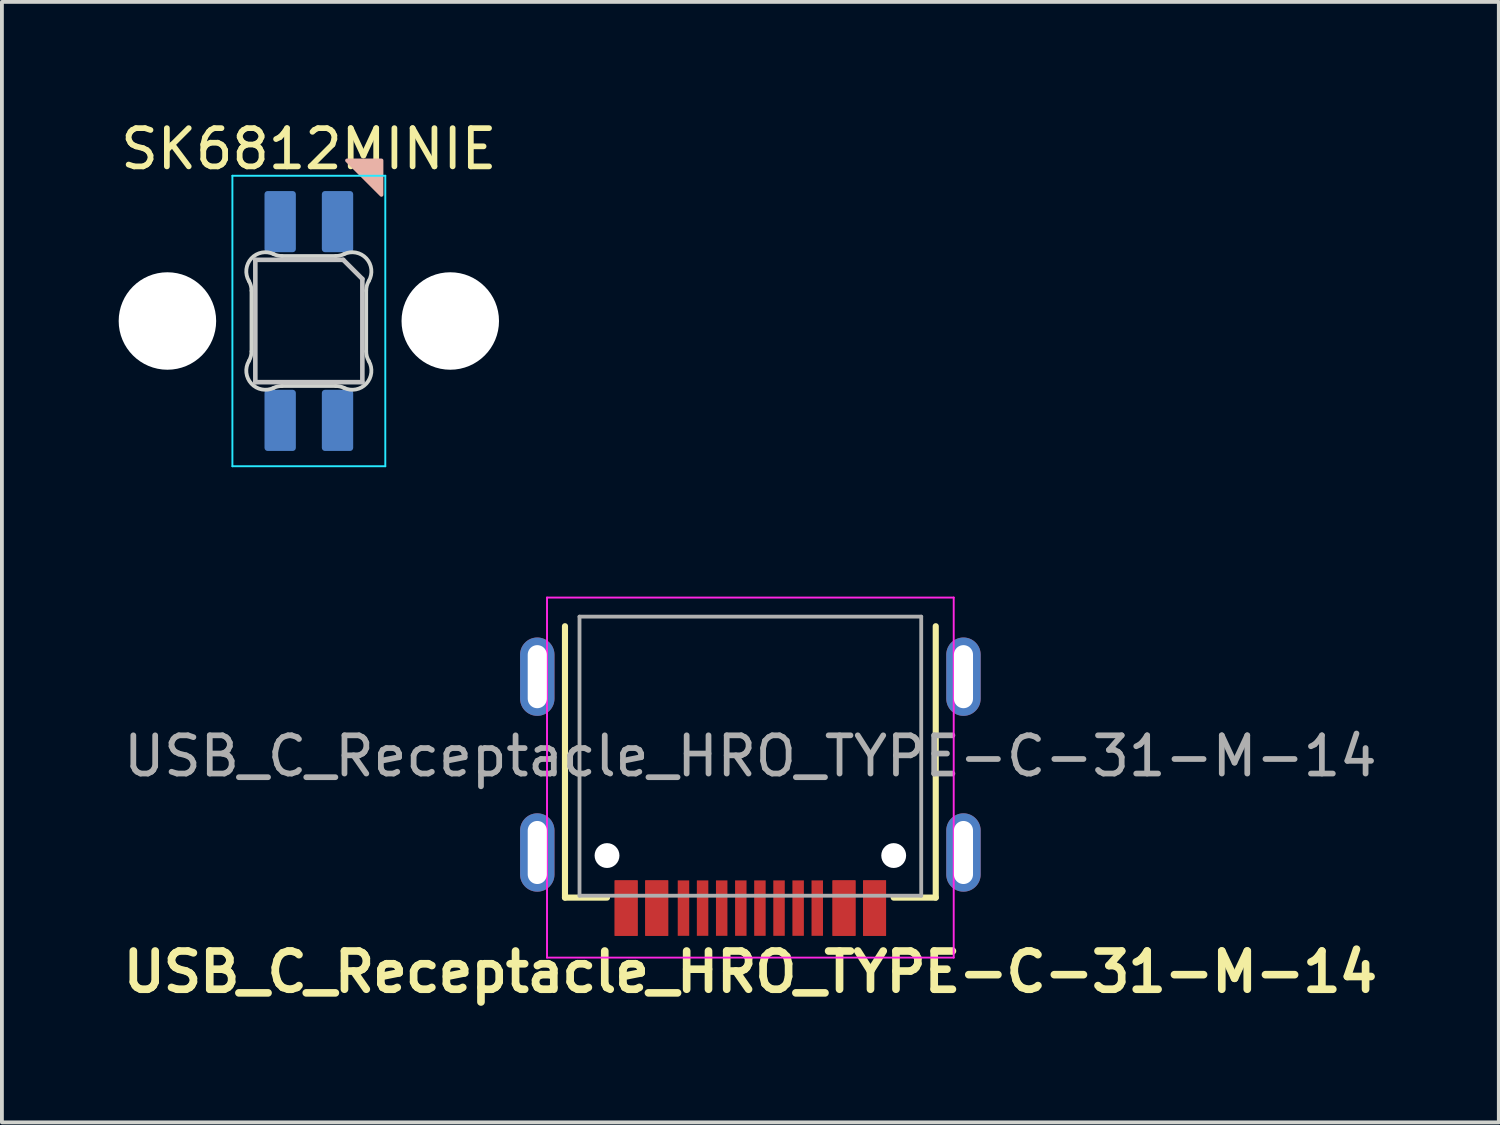
<source format=kicad_pcb>
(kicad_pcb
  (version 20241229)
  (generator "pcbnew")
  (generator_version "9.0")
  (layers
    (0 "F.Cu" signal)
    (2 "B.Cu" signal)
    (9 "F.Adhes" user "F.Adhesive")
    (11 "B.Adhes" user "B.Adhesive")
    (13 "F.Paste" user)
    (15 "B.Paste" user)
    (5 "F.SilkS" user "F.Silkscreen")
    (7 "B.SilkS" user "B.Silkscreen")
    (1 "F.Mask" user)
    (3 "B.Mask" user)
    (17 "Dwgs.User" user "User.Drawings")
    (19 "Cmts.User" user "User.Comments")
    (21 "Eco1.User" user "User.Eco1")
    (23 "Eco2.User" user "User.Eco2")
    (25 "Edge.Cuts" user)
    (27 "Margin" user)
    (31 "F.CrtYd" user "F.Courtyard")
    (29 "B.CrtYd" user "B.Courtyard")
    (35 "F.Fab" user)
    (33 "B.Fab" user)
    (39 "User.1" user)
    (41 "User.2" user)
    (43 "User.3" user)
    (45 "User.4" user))
  (footprint "SK6812MINIE"
    (layer "F.Cu")
    (at 5.03 5.348)
    (property "Reference" "SK6812MINIE" (at 0 -4.5 180) (layer "F.SilkS") (effects (font (size 1 1) (thickness 0.15))))
    (attr smd)
    (fp_poly (pts (xy 1 -4.2) (xy 1.9 -3.3) (xy 1.9 -4.2)) (stroke (width 0.1) (type solid)) (fill yes) (layer "B.SilkS"))
    (fp_line (start -1.4 -1.6) (end -1.4 1.6) (stroke (width 0.12) (type solid)) (layer "Dwgs.User"))
    (fp_line (start -1.4 1.6) (end 1.4 1.6) (stroke (width 0.12) (type solid)) (layer "Dwgs.User"))
    (fp_line (start 0.9 -1.6) (end -1.4 -1.6) (stroke (width 0.12) (type solid)) (layer "Dwgs.User"))
    (fp_line (start 0.9 -1.6) (end 1.4 -1.1) (stroke (width 0.12) (type solid)) (layer "Dwgs.User"))
    (fp_line (start 1.4 1.6) (end 1.4 -1.1) (stroke (width 0.12) (type solid)) (layer "Dwgs.User"))
    (fp_line (start -1.5 0.794) (end -1.5 -0.794) (stroke (width 0.1) (type solid)) (layer "Edge.Cuts"))
    (fp_line (start -0.703 -1.7) (end 0.703 -1.7) (stroke (width 0.1) (type solid)) (layer "Edge.Cuts"))
    (fp_line (start 0.703 1.7) (end -0.703 1.7) (stroke (width 0.1) (type solid)) (layer "Edge.Cuts"))
    (fp_line (start 1.5 -0.794) (end 1.5 0.794) (stroke (width 0.1) (type solid)) (layer "Edge.Cuts"))
    (fp_arc (start -1.568298 -1.046711) (mid -1.517376 -0.925123) (end -1.499999 -0.794453) (stroke (width 0.1) (type solid)) (layer "Edge.Cuts"))
    (fp_arc (start -1.568298 -1.046711) (mid -1.504034 -1.638071) (end -0.91972 -1.749484) (stroke (width 0.1) (type solid)) (layer "Edge.Cuts"))
    (fp_arc (start -1.5 0.794453) (mid -1.517377 0.925123) (end -1.568299 1.046711) (stroke (width 0.1) (type solid)) (layer "Edge.Cuts"))
    (fp_arc (start -0.91972 1.749484) (mid -1.504035 1.638071) (end -1.568299 1.046711) (stroke (width 0.1) (type solid)) (layer "Edge.Cuts"))
    (fp_arc (start -0.91972 1.749484) (mid -0.814068 1.712527) (end -0.702842 1.699999) (stroke (width 0.1) (type solid)) (layer "Edge.Cuts"))
    (fp_arc (start -0.702843 -1.699999) (mid -0.814068 -1.712527) (end -0.91972 -1.749484) (stroke (width 0.1) (type solid)) (layer "Edge.Cuts"))
    (fp_arc (start 0.702843 1.699999) (mid 0.814068 1.712527) (end 0.91972 1.749484) (stroke (width 0.1) (type solid)) (layer "Edge.Cuts"))
    (fp_arc (start 0.919719 -1.749484) (mid 1.504035 -1.638072) (end 1.568299 -1.046711) (stroke (width 0.1) (type solid)) (layer "Edge.Cuts"))
    (fp_arc (start 0.91972 -1.749484) (mid 0.814068 -1.712527) (end 0.702842 -1.699999) (stroke (width 0.1) (type solid)) (layer "Edge.Cuts"))
    (fp_arc (start 1.5 -0.794452) (mid 1.517377 -0.925123) (end 1.568299 -1.046711) (stroke (width 0.1) (type solid)) (layer "Edge.Cuts"))
    (fp_arc (start 1.568297 1.046711) (mid 1.504034 1.63807) (end 0.91972 1.749484) (stroke (width 0.1) (type solid)) (layer "Edge.Cuts"))
    (fp_arc (start 1.568299 1.04671) (mid 1.517377 0.925122) (end 1.5 0.794452) (stroke (width 0.1) (type solid)) (layer "Edge.Cuts"))
    (fp_line (start -2 -3.8) (end -2 3.8) (stroke (width 0.05) (type solid)) (layer "B.CrtYd"))
    (fp_line (start -2 3.8) (end 2 3.8) (stroke (width 0.05) (type solid)) (layer "B.CrtYd"))
    (fp_line (start 2 -3.8) (end -2 -3.8) (stroke (width 0.05) (type solid)) (layer "B.CrtYd"))
    (fp_line (start 2 3.8) (end 2 -3.8) (stroke (width 0.05) (type solid)) (layer "B.CrtYd"))
    (pad "" np_thru_hole circle (at -3.7 0) (size 2.55 2.55) (drill 2.55) (layers "*.Cu" "*.Mask"))
    (pad "" np_thru_hole circle (at 3.7 0) (size 2.55 2.55) (drill 2.55) (layers "*.Cu" "*.Mask"))
    (pad "1" smd roundrect (at -0.75 2.6) (size 0.82 1.6) (layers "B.Cu" "B.Mask" "B.Paste") (roundrect_rratio 0.1))
    (pad "2" smd roundrect (at 0.75 2.6) (size 0.82 1.6) (layers "B.Cu" "B.Mask" "B.Paste") (roundrect_rratio 0.1))
    (pad "3" smd roundrect (at 0.75 -2.6) (size 0.82 1.6) (layers "B.Cu" "B.Mask" "B.Paste") (roundrect_rratio 0.1))
    (pad "4" smd roundrect (at -0.75 -2.6) (size 0.82 1.6) (layers "B.Cu" "B.Mask" "B.Paste") (roundrect_rratio 0.1)))
  (footprint "USB_C_Receptacle_HRO_TYPE-C-31-M-14"
    (layer "F.Cu")
    (at 16.581 12.423)
    (property "Reference" "USB_C_Receptacle_HRO_TYPE-C-31-M-14" (at 0 9.955 180) (layer "F.SilkS") (effects (font (size 1 1) (thickness 0.2))))
    (attr smd)
    (fp_line (start -4.85 8.01) (end -4.85 0.91) (stroke (width 0.16) (type solid)) (layer "F.SilkS"))
    (fp_line (start -4.85 8.01) (end -3.75 8.01) (stroke (width 0.16) (type solid)) (layer "F.SilkS"))
    (fp_line (start 4.85 8.01) (end 3.75 8.01) (stroke (width 0.16) (type solid)) (layer "F.SilkS"))
    (fp_line (start 4.85 8.01) (end 4.85 0.91) (stroke (width 0.16) (type solid)) (layer "F.SilkS"))
    (fp_line (start -6 0.48) (end -4.55 0.48) (stroke (width 0.05) (type solid)) (layer "Eco1.User"))
    (fp_line (start -4.55 0.48) (end -4.55 5.96) (stroke (width 0.05) (type solid)) (layer "Eco1.User"))
    (fp_line (start -4.55 5.96) (end -3.15 5.96) (stroke (width 0.05) (type solid)) (layer "Eco1.User"))
    (fp_line (start -3.15 6.56) (end -3.15 5.96) (stroke (width 0.05) (type solid)) (layer "Eco1.User"))
    (fp_line (start 3.15 5.96) (end 3.15 6.56) (stroke (width 0.05) (type solid)) (layer "Eco1.User"))
    (fp_line (start 3.15 6.56) (end -3.15 6.56) (stroke (width 0.05) (type solid)) (layer "Eco1.User"))
    (fp_line (start 4.55 0.48) (end 6 0.48) (stroke (width 0.05) (type solid)) (layer "Eco1.User"))
    (fp_line (start 4.55 5.96) (end 3.15 5.96) (stroke (width 0.05) (type solid)) (layer "Eco1.User"))
    (fp_line (start 4.55 5.96) (end 4.55 0.48) (stroke (width 0.05) (type solid)) (layer "Eco1.User"))
    (fp_line (start -5.32 9.58) (end -5.32 0.16) (stroke (width 0.05) (type solid)) (layer "F.CrtYd"))
    (fp_line (start 5.32 0.16) (end -5.32 0.16) (stroke (width 0.05) (type solid)) (layer "F.CrtYd"))
    (fp_line (start 5.32 9.58) (end -5.32 9.58) (stroke (width 0.05) (type solid)) (layer "F.CrtYd"))
    (fp_line (start 5.32 9.58) (end 5.32 0.16) (stroke (width 0.05) (type solid)) (layer "F.CrtYd"))
    (fp_line (start -4.47 7.96) (end -4.47 0.66) (stroke (width 0.1) (type solid)) (layer "F.Fab"))
    (fp_line (start 4.47 0.66) (end -4.47 0.66) (stroke (width 0.1) (type solid)) (layer "F.Fab"))
    (fp_line (start 4.47 7.96) (end -4.47 7.96) (stroke (width 0.1) (type solid)) (layer "F.Fab"))
    (fp_line (start 4.47 7.96) (end 4.47 0.66) (stroke (width 0.1) (type solid)) (layer "F.Fab"))
    (fp_text user "${REFERENCE}" (at 0 4.31 180) (layer "F.Fab") (effects (font (size 1 1) (thickness 0.15))))
    (pad "" np_thru_hole circle (at -3.75 6.91 180) (size 0.65 0.65) (drill 0.65) (layers "*.Cu" "*.Mask"))
    (pad "" np_thru_hole circle (at 3.75 6.91 180) (size 0.65 0.65) (drill 0.65) (layers "*.Cu" "*.Mask"))
    (pad "A1" smd rect (at 3.25 8.285 180) (size 0.6 1.45) (layers "F.Cu" "F.Mask" "F.Paste"))
    (pad "A4" smd rect (at 2.45 8.285 180) (size 0.6 1.45) (layers "F.Cu" "F.Mask" "F.Paste"))
    (pad "A5" smd rect (at 1.25 8.285 180) (size 0.3 1.45) (layers "F.Cu" "F.Mask" "F.Paste"))
    (pad "A6" smd rect (at 0.25 8.285 180) (size 0.3 1.45) (layers "F.Cu" "F.Mask" "F.Paste"))
    (pad "A7" smd rect (at -0.25 8.285 180) (size 0.3 1.45) (layers "F.Cu" "F.Mask" "F.Paste"))
    (pad "A8" smd rect (at -1.25 8.285 180) (size 0.3 1.45) (layers "F.Cu" "F.Mask" "F.Paste"))
    (pad "A9" smd rect (at -2.45 8.285 180) (size 0.6 1.45) (layers "F.Cu" "F.Mask" "F.Paste"))
    (pad "A12" smd rect (at -3.25 8.285 180) (size 0.6 1.45) (layers "F.Cu" "F.Mask" "F.Paste"))
    (pad "B1" smd rect (at -3.25 8.285 180) (size 0.6 1.45) (layers "F.Cu" "F.Mask" "F.Paste"))
    (pad "B4" smd rect (at -2.45 8.285 180) (size 0.6 1.45) (layers "F.Cu" "F.Mask" "F.Paste"))
    (pad "B5" smd rect (at -1.75 8.285 180) (size 0.3 1.45) (layers "F.Cu" "F.Mask" "F.Paste"))
    (pad "B6" smd rect (at -0.75 8.285 180) (size 0.3 1.45) (layers "F.Cu" "F.Mask" "F.Paste"))
    (pad "B7" smd rect (at 0.75 8.285 180) (size 0.3 1.45) (layers "F.Cu" "F.Mask" "F.Paste"))
    (pad "B8" smd rect (at 1.75 8.285 180) (size 0.3 1.45) (layers "F.Cu" "F.Mask" "F.Paste"))
    (pad "B9" smd rect (at 2.45 8.285 180) (size 0.6 1.45) (layers "F.Cu" "F.Mask" "F.Paste"))
    (pad "B12" smd rect (at 3.25 8.285 180) (size 0.6 1.45) (layers "F.Cu" "F.Mask" "F.Paste"))
    (pad "S1" thru_hole oval (at -5.575 2.23 180) (size 0.9 2.05) (drill oval 0.5 1.65) (layers "*.Cu" "*.Mask"))
    (pad "S1" thru_hole oval (at -5.575 6.83 180) (size 0.9 2.05) (drill oval 0.5 1.65) (layers "*.Cu" "*.Mask"))
    (pad "S1" thru_hole oval (at 5.575 2.23 180) (size 0.9 2.05) (drill oval 0.5 1.65) (layers "*.Cu" "*.Mask"))
    (pad "S1" thru_hole oval (at 5.575 6.83 180) (size 0.9 2.05) (drill oval 0.5 1.65) (layers "*.Cu" "*.Mask")))
  (gr_rect
    (start -3 -3)
    (end 36.162 26.314)
    (stroke (width 0.1) (type default))
    (fill no)
    (layer "Edge.Cuts")))
</source>
